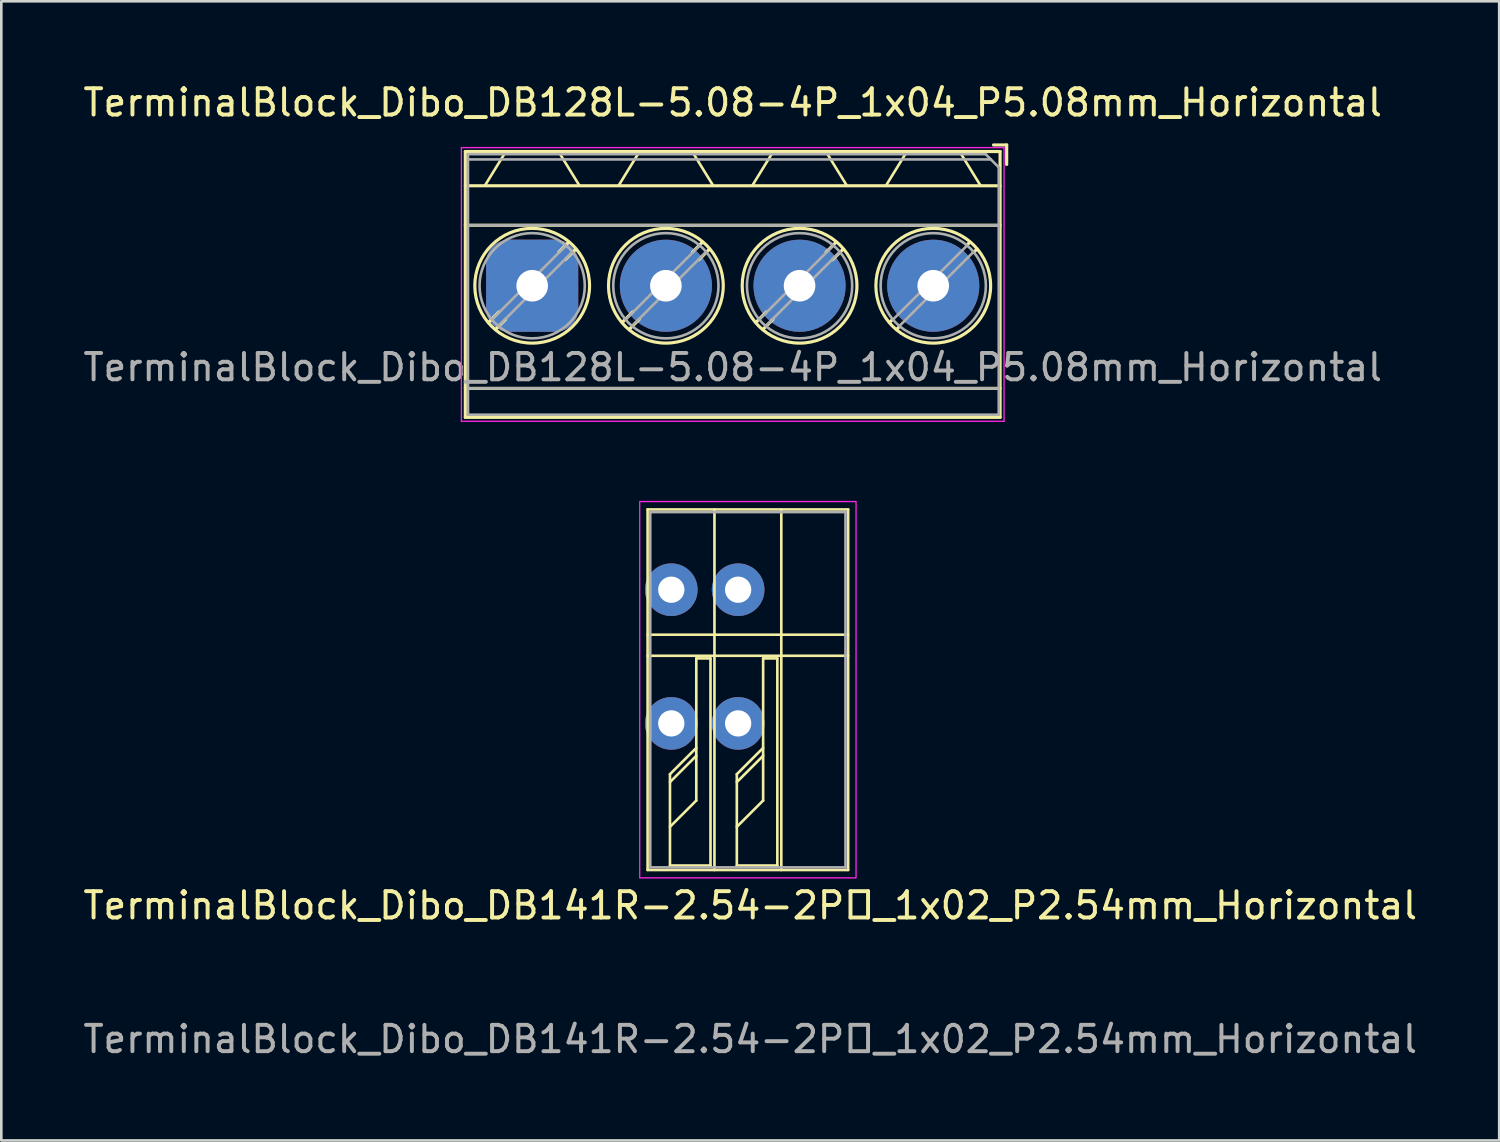
<source format=kicad_pcb>
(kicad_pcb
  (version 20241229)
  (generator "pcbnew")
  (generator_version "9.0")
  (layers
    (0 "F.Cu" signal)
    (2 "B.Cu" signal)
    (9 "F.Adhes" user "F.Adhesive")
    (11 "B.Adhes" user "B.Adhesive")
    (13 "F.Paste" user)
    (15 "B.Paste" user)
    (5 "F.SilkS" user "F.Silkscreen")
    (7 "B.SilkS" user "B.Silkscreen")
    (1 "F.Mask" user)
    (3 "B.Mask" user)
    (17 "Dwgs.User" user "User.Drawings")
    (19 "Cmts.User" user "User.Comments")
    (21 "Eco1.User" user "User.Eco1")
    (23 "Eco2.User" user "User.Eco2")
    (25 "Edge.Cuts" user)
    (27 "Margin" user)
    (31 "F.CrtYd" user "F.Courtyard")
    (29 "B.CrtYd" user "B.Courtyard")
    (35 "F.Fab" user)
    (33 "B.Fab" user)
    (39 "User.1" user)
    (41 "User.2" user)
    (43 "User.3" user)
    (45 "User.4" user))
  (footprint "TerminalBlock_Dibo_DB128L-5.08-4P_1x04_P5.08mm_Horizontal"
    (layer "F.Cu")
    (at 17.172 7.808)
    (property "Reference" "TerminalBlock_Dibo_DB128L-5.08-4P_1x04_P5.08mm_Horizontal" (at 7.62 -6.96 0) (layer "F.SilkS") (effects (font (size 1 1) (thickness 0.15))))
    (attr through_hole)
    (fp_line (start -2.54 5) (end -2.54 -5.1) (stroke (width 0.12) (type solid)) (layer "F.SilkS"))
    (fp_line (start -1.654 1.388) (end -1.259 0.992) (stroke (width 0.12) (type solid)) (layer "F.SilkS"))
    (fp_line (start -1.388 1.654) (end -1.008 1.274) (stroke (width 0.12) (type solid)) (layer "F.SilkS"))
    (fp_line (start -1 -5.1) (end -1.8 -3.8) (stroke (width 0.1) (type default)) (layer "F.SilkS"))
    (fp_line (start 1 -5.1) (end 1.8 -3.8) (stroke (width 0.1) (type default)) (layer "F.SilkS"))
    (fp_line (start 1.007 -1.274) (end 1.387 -1.654) (stroke (width 0.12) (type solid)) (layer "F.SilkS"))
    (fp_line (start 1.258 -0.992) (end 1.653 -1.388) (stroke (width 0.12) (type solid)) (layer "F.SilkS"))
    (fp_line (start 3.426 1.388) (end 3.821 0.992) (stroke (width 0.12) (type solid)) (layer "F.SilkS"))
    (fp_line (start 3.692 1.654) (end 4.072 1.274) (stroke (width 0.12) (type solid)) (layer "F.SilkS"))
    (fp_line (start 4.08 -5.1) (end 3.28 -3.8) (stroke (width 0.1) (type default)) (layer "F.SilkS"))
    (fp_line (start 6.08 -5.1) (end 6.88 -3.8) (stroke (width 0.1) (type default)) (layer "F.SilkS"))
    (fp_line (start 6.087 -1.274) (end 6.467 -1.654) (stroke (width 0.12) (type solid)) (layer "F.SilkS"))
    (fp_line (start 6.338 -0.992) (end 6.733 -1.388) (stroke (width 0.12) (type solid)) (layer "F.SilkS"))
    (fp_line (start 8.506 1.388) (end 8.901 0.992) (stroke (width 0.12) (type solid)) (layer "F.SilkS"))
    (fp_line (start 8.772 1.654) (end 9.152 1.274) (stroke (width 0.12) (type solid)) (layer "F.SilkS"))
    (fp_line (start 9.16 -5.1) (end 8.36 -3.8) (stroke (width 0.1) (type default)) (layer "F.SilkS"))
    (fp_line (start 11.16 -5.1) (end 11.96 -3.8) (stroke (width 0.1) (type default)) (layer "F.SilkS"))
    (fp_line (start 11.167 -1.274) (end 11.547 -1.654) (stroke (width 0.12) (type solid)) (layer "F.SilkS"))
    (fp_line (start 11.418 -0.992) (end 11.813 -1.388) (stroke (width 0.12) (type solid)) (layer "F.SilkS"))
    (fp_line (start 13.586 1.388) (end 13.693 1.281) (stroke (width 0.12) (type solid)) (layer "F.SilkS"))
    (fp_line (start 13.852 1.654) (end 13.959 1.547) (stroke (width 0.12) (type solid)) (layer "F.SilkS"))
    (fp_line (start 14.24 -5.1) (end 13.44 -3.8) (stroke (width 0.1) (type default)) (layer "F.SilkS"))
    (fp_line (start 16.24 -5.1) (end 17.04 -3.8) (stroke (width 0.1) (type default)) (layer "F.SilkS"))
    (fp_line (start 16.522 -1.547) (end 16.628 -1.654) (stroke (width 0.12) (type solid)) (layer "F.SilkS"))
    (fp_line (start 16.788 -1.281) (end 16.894 -1.388) (stroke (width 0.12) (type solid)) (layer "F.SilkS"))
    (fp_line (start 17.78 -5.1) (end -2.54 -5.1) (stroke (width 0.12) (type solid)) (layer "F.SilkS"))
    (fp_line (start 17.78 -3.8) (end -2.54 -3.8) (stroke (width 0.12) (type solid)) (layer "F.SilkS"))
    (fp_line (start 17.78 -2.3) (end -2.54 -2.3) (stroke (width 0.12) (type solid)) (layer "F.SilkS"))
    (fp_line (start 17.78 3.9) (end -2.54 3.9) (stroke (width 0.12) (type solid)) (layer "F.SilkS"))
    (fp_line (start 17.78 5) (end -2.54 5) (stroke (width 0.12) (type solid)) (layer "F.SilkS"))
    (fp_line (start 17.78 5) (end 17.78 -5.1) (stroke (width 0.12) (type solid)) (layer "F.SilkS"))
    (fp_line (start 18.03 -5.35) (end 17.53 -5.35) (stroke (width 0.12) (type solid)) (layer "F.SilkS"))
    (fp_line (start 18.03 -4.61) (end 18.03 -5.35) (stroke (width 0.12) (type solid)) (layer "F.SilkS"))
    (fp_circle (center 0 0) (end -2.18 0) (stroke (width 0.12) (type solid)) (fill no) (layer "F.SilkS"))
    (fp_circle (center 5.08 0) (end 2.9 0) (stroke (width 0.12) (type solid)) (fill no) (layer "F.SilkS"))
    (fp_circle (center 10.16 0) (end 7.98 0) (stroke (width 0.12) (type solid)) (fill no) (layer "F.SilkS"))
    (fp_circle (center 15.24 0) (end 13.06 0) (stroke (width 0.12) (type solid)) (fill no) (layer "F.SilkS"))
    (fp_line (start -2.69 -5.25) (end -2.69 5.15) (stroke (width 0.05) (type solid)) (layer "F.CrtYd"))
    (fp_line (start -2.69 5.15) (end 17.93 5.15) (stroke (width 0.05) (type solid)) (layer "F.CrtYd"))
    (fp_line (start 17.93 -5.25) (end -2.69 -5.25) (stroke (width 0.05) (type solid)) (layer "F.CrtYd"))
    (fp_line (start 17.93 5.15) (end 17.93 -5.25) (stroke (width 0.05) (type solid)) (layer "F.CrtYd"))
    (fp_line (start -2.44 -5) (end 17.23 -5) (stroke (width 0.1) (type solid)) (layer "F.Fab"))
    (fp_line (start -2.44 4.9) (end -2.44 -5) (stroke (width 0.1) (type solid)) (layer "F.Fab"))
    (fp_line (start -1.517 1.273) (end 1.272 -1.517) (stroke (width 0.1) (type solid)) (layer "F.Fab"))
    (fp_line (start -1.273 1.517) (end 1.516 -1.273) (stroke (width 0.1) (type solid)) (layer "F.Fab"))
    (fp_line (start 3.563 1.273) (end 6.352 -1.517) (stroke (width 0.1) (type solid)) (layer "F.Fab"))
    (fp_line (start 3.807 1.517) (end 6.596 -1.273) (stroke (width 0.1) (type solid)) (layer "F.Fab"))
    (fp_line (start 8.643 1.273) (end 11.432 -1.517) (stroke (width 0.1) (type solid)) (layer "F.Fab"))
    (fp_line (start 8.887 1.517) (end 11.676 -1.273) (stroke (width 0.1) (type solid)) (layer "F.Fab"))
    (fp_line (start 13.723 1.273) (end 16.513 -1.517) (stroke (width 0.1) (type solid)) (layer "F.Fab"))
    (fp_line (start 13.967 1.517) (end 16.757 -1.273) (stroke (width 0.1) (type solid)) (layer "F.Fab"))
    (fp_line (start 17.23 -5) (end 17.73 -4.5) (stroke (width 0.1) (type solid)) (layer "F.Fab"))
    (fp_line (start 17.43 -4.8) (end -2.44 -4.8) (stroke (width 0.1) (type solid)) (layer "F.Fab"))
    (fp_line (start 17.73 -4.5) (end 17.73 4.9) (stroke (width 0.1) (type solid)) (layer "F.Fab"))
    (fp_line (start 17.73 -2.3) (end -2.44 -2.3) (stroke (width 0.1) (type solid)) (layer "F.Fab"))
    (fp_line (start 17.73 3.9) (end -2.44 3.9) (stroke (width 0.1) (type solid)) (layer "F.Fab"))
    (fp_line (start 17.73 4.9) (end -2.44 4.9) (stroke (width 0.1) (type solid)) (layer "F.Fab"))
    (fp_circle (center 0 0) (end -2 0) (stroke (width 0.1) (type solid)) (fill no) (layer "F.Fab"))
    (fp_circle (center 5.08 0) (end 3.08 0) (stroke (width 0.1) (type solid)) (fill no) (layer "F.Fab"))
    (fp_circle (center 10.16 0) (end 8.16 0) (stroke (width 0.1) (type solid)) (fill no) (layer "F.Fab"))
    (fp_circle (center 15.24 0) (end 13.24 0) (stroke (width 0.1) (type solid)) (fill no) (layer "F.Fab"))
    (fp_text user "${REFERENCE}" (at 7.62 3.1 0) (layer "F.Fab") (effects (font (size 1 1) (thickness 0.15))))
    (pad "1" thru_hole roundrect (at 0 0) (size 3.5 3.5) (drill 1.2) (layers "*.Cu" "*.Mask") (roundrect_rratio 0.25))
    (pad "2" thru_hole circle (at 5.08 0) (size 3.5 3.5) (drill 1.2) (layers "*.Cu" "*.Mask"))
    (pad "3" thru_hole circle (at 10.16 0) (size 3.5 3.5) (drill 1.2) (layers "*.Cu" "*.Mask"))
    (pad "4" thru_hole circle (at 15.24 0) (size 3.5 3.5) (drill 1.2) (layers "*.Cu" "*.Mask")))
  (footprint "TerminalBlock_Dibo_DB141R-2.54-2P_1x02_P2.54mm_Horizontal"
    (layer "F.Cu")
    (at 22.458 24.438)
    (property "Reference" "TerminalBlock_Dibo_DB141R-2.54-2P_1x02_P2.54mm_Horizontal" (at 3 6.92 0) (unlocked yes) (layer "F.SilkS") (effects (font (size 1 1) (thickness 0.15))))
    (attr through_hole)
    (fp_line (start -0.9 5.57) (end -0.9 -8.13) (stroke (width 0.1) (type default)) (layer "F.SilkS"))
    (fp_line (start -0.05 1.93) (end -0.05 5.4) (stroke (width 0.1) (type default)) (layer "F.SilkS"))
    (fp_line (start -0.05 1.93) (end 0.95 0.93) (stroke (width 0.1) (type default)) (layer "F.SilkS"))
    (fp_line (start -0.05 5.4) (end 1.49 5.4) (stroke (width 0.1) (type default)) (layer "F.SilkS"))
    (fp_line (start 0.95 -2.47) (end 0.95 2.93) (stroke (width 0.1) (type default)) (layer "F.SilkS"))
    (fp_line (start 0.95 -2.47) (end 1.49 -2.47) (stroke (width 0.1) (type default)) (layer "F.SilkS"))
    (fp_line (start 0.95 1.23) (end -0.05 2.23) (stroke (width 0.1) (type default)) (layer "F.SilkS"))
    (fp_line (start 0.95 2.93) (end -0.05 3.93) (stroke (width 0.1) (type default)) (layer "F.SilkS"))
    (fp_line (start 1.49 5.4) (end 1.49 -2.47) (stroke (width 0.1) (type default)) (layer "F.SilkS"))
    (fp_line (start 1.64 5.57) (end 1.64 -8.13) (stroke (width 0.1) (type default)) (layer "F.SilkS"))
    (fp_line (start 2.49 1.93) (end 2.49 5.4) (stroke (width 0.1) (type default)) (layer "F.SilkS"))
    (fp_line (start 2.49 1.93) (end 3.49 0.93) (stroke (width 0.1) (type default)) (layer "F.SilkS"))
    (fp_line (start 2.49 5.4) (end 4.03 5.4) (stroke (width 0.1) (type default)) (layer "F.SilkS"))
    (fp_line (start 3.49 -2.47) (end 3.49 2.93) (stroke (width 0.1) (type default)) (layer "F.SilkS"))
    (fp_line (start 3.49 -2.47) (end 4.03 -2.47) (stroke (width 0.1) (type default)) (layer "F.SilkS"))
    (fp_line (start 3.49 1.23) (end 2.49 2.23) (stroke (width 0.1) (type default)) (layer "F.SilkS"))
    (fp_line (start 3.49 2.93) (end 2.49 3.93) (stroke (width 0.1) (type default)) (layer "F.SilkS"))
    (fp_line (start 4.03 5.4) (end 4.03 -2.47) (stroke (width 0.1) (type default)) (layer "F.SilkS"))
    (fp_line (start 4.18 5.57) (end 4.18 -8.13) (stroke (width 0.1) (type default)) (layer "F.SilkS"))
    (fp_line (start 6.72 -8.13) (end -0.9 -8.13) (stroke (width 0.1) (type default)) (layer "F.SilkS"))
    (fp_line (start 6.72 -8.13) (end 6.72 5.57) (stroke (width 0.1) (type default)) (layer "F.SilkS"))
    (fp_line (start 6.72 -3.37) (end -0.9 -3.37) (stroke (width 0.1) (type default)) (layer "F.SilkS"))
    (fp_line (start 6.72 -2.57) (end -0.9 -2.57) (stroke (width 0.1) (type default)) (layer "F.SilkS"))
    (fp_line (start 6.72 5.57) (end -0.9 5.57) (stroke (width 0.1) (type default)) (layer "F.SilkS"))
    (fp_rect (start 7.02 5.87) (end -1.2 -8.43) (stroke (width 0.05) (type default)) (fill no) (layer "F.CrtYd"))
    (fp_line (start -0.8 -8.03) (end 6.62 -8.03) (stroke (width 0.1) (type default)) (layer "F.Fab"))
    (fp_line (start -0.8 5.47) (end -0.8 -8.03) (stroke (width 0.1) (type default)) (layer "F.Fab"))
    (fp_line (start 6.62 -8.03) (end 6.62 5.47) (stroke (width 0.1) (type default)) (layer "F.Fab"))
    (fp_line (start 6.62 5.47) (end -0.8 5.47) (stroke (width 0.1) (type default)) (layer "F.Fab"))
    (fp_text user "${REFERENCE}" (at 3 12 0) (unlocked yes) (layer "F.Fab") (effects (font (size 1 1) (thickness 0.15))))
    (pad "1" thru_hole circle (at 0 -5.08 180) (size 2 2) (drill 1) (layers "*.Cu" "*.Mask"))
    (pad "1" thru_hole circle (at 0 0 180) (size 2 2) (drill 1) (layers "*.Cu" "*.Mask"))
    (pad "2" thru_hole circle (at 2.54 -5.08 180) (size 2 2) (drill 1) (layers "*.Cu" "*.Mask"))
    (pad "2" thru_hole circle (at 2.54 0 180) (size 2 2) (drill 1) (layers "*.Cu" "*.Mask")))
  (gr_rect
    (start -3 -3)
    (end 53.917 40.286)
    (stroke (width 0.1) (type default))
    (fill no)
    (layer "Edge.Cuts")))
</source>
